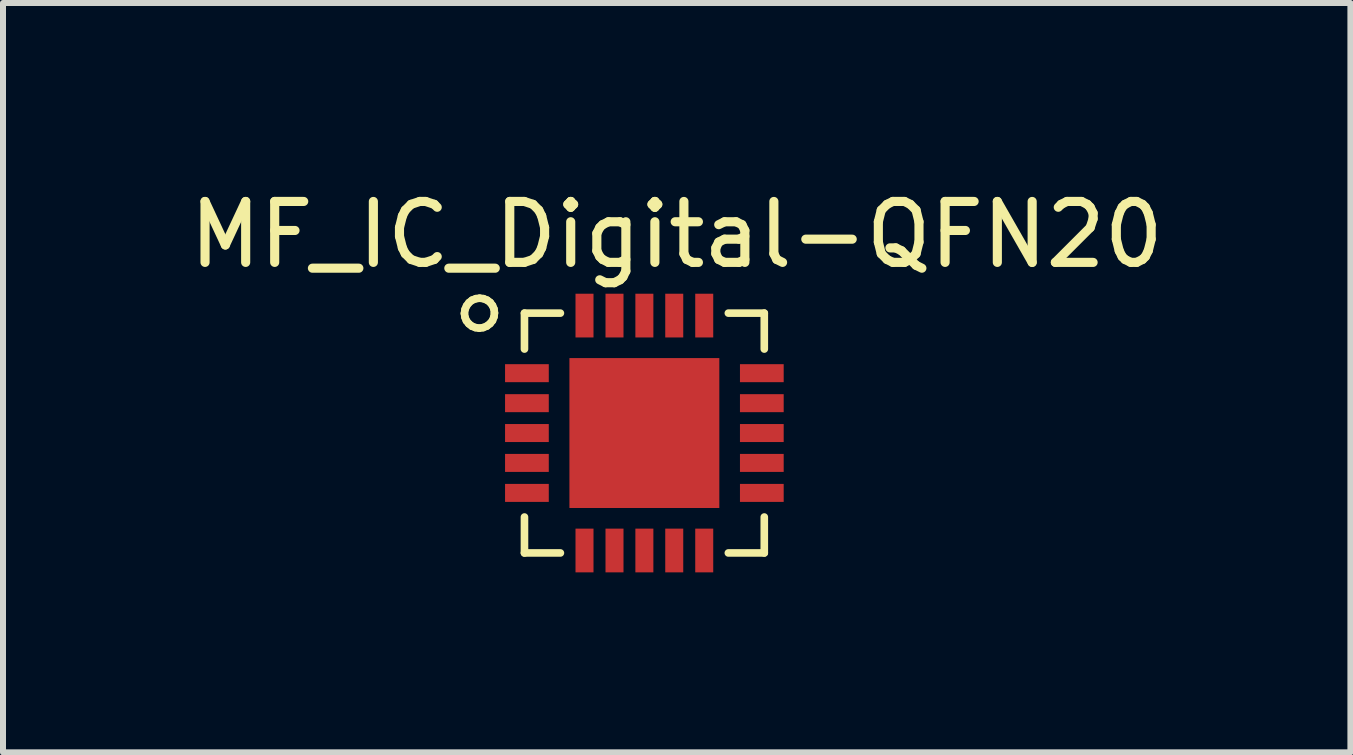
<source format=kicad_pcb>
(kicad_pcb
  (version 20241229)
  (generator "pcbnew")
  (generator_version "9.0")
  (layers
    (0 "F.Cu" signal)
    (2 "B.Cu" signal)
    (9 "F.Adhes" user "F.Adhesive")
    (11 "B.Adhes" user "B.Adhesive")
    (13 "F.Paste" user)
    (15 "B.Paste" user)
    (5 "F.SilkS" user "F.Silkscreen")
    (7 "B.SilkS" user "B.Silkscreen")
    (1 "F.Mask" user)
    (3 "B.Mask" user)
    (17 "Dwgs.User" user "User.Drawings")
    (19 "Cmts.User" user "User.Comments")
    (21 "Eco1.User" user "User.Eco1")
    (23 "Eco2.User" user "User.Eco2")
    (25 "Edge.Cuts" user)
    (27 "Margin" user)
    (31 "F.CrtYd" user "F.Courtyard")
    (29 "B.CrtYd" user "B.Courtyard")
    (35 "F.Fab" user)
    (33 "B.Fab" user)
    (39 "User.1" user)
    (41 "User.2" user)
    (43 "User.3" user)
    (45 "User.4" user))
  (footprint "MF_IC_Digital-QFN20"
    (layer "F.Cu")
    (at 7.692 4.169)
    (property "Reference" "MF_IC_Digital-QFN20" (at 0.538 -3.307 0) (layer "F.SilkS") (effects (font (size 1.016 1.016) (thickness 0.152))))
    (attr smd)
    (fp_line (start -3 -1.994) (end -2.99 -2.06) (stroke (width 0.127) (type solid)) (layer "F.SilkS"))
    (fp_line (start -2.99 -2.06) (end -2.964 -2.121) (stroke (width 0.127) (type solid)) (layer "F.SilkS"))
    (fp_line (start -2.99 -1.93) (end -3 -1.994) (stroke (width 0.127) (type solid)) (layer "F.SilkS"))
    (fp_line (start -2.967 -1.872) (end -2.99 -1.93) (stroke (width 0.127) (type solid)) (layer "F.SilkS"))
    (fp_line (start -2.964 -2.121) (end -2.924 -2.174) (stroke (width 0.127) (type solid)) (layer "F.SilkS"))
    (fp_line (start -2.926 -1.821) (end -2.967 -1.872) (stroke (width 0.127) (type solid)) (layer "F.SilkS"))
    (fp_line (start -2.924 -2.174) (end -2.873 -2.215) (stroke (width 0.127) (type solid)) (layer "F.SilkS"))
    (fp_line (start -2.875 -1.781) (end -2.926 -1.821) (stroke (width 0.127) (type solid)) (layer "F.SilkS"))
    (fp_line (start -2.873 -2.215) (end -2.809 -2.24) (stroke (width 0.127) (type solid)) (layer "F.SilkS"))
    (fp_line (start -2.817 -1.758) (end -2.875 -1.781) (stroke (width 0.127) (type solid)) (layer "F.SilkS"))
    (fp_line (start -2.809 -2.24) (end -2.746 -2.248) (stroke (width 0.127) (type solid)) (layer "F.SilkS"))
    (fp_line (start -2.753 -1.748) (end -2.817 -1.758) (stroke (width 0.127) (type solid)) (layer "F.SilkS"))
    (fp_line (start -2.746 -2.248) (end -2.682 -2.24) (stroke (width 0.127) (type solid)) (layer "F.SilkS"))
    (fp_line (start -2.687 -1.758) (end -2.753 -1.748) (stroke (width 0.127) (type solid)) (layer "F.SilkS"))
    (fp_line (start -2.682 -2.24) (end -2.621 -2.215) (stroke (width 0.127) (type solid)) (layer "F.SilkS"))
    (fp_line (start -2.626 -1.783) (end -2.687 -1.758) (stroke (width 0.127) (type solid)) (layer "F.SilkS"))
    (fp_line (start -2.621 -2.215) (end -2.57 -2.177) (stroke (width 0.127) (type solid)) (layer "F.SilkS"))
    (fp_line (start -2.573 -1.824) (end -2.626 -1.783) (stroke (width 0.127) (type solid)) (layer "F.SilkS"))
    (fp_line (start -2.57 -2.177) (end -2.532 -2.126) (stroke (width 0.127) (type solid)) (layer "F.SilkS"))
    (fp_line (start -2.532 -2.126) (end -2.507 -2.068) (stroke (width 0.127) (type solid)) (layer "F.SilkS"))
    (fp_line (start -2.532 -1.875) (end -2.573 -1.824) (stroke (width 0.127) (type solid)) (layer "F.SilkS"))
    (fp_line (start -2.507 -2.068) (end -2.499 -2.002) (stroke (width 0.127) (type solid)) (layer "F.SilkS"))
    (fp_line (start -2.507 -1.938) (end -2.532 -1.875) (stroke (width 0.127) (type solid)) (layer "F.SilkS"))
    (fp_line (start -2.499 -2.002) (end -2.507 -1.938) (stroke (width 0.127) (type solid)) (layer "F.SilkS"))
    (fp_line (start -1.999 -1.999) (end -1.999 -1.4) (stroke (width 0.127) (type solid)) (layer "F.SilkS"))
    (fp_line (start -1.999 1.4) (end -1.999 1.999) (stroke (width 0.127) (type solid)) (layer "F.SilkS"))
    (fp_line (start -1.999 1.999) (end -1.4 1.999) (stroke (width 0.127) (type solid)) (layer "F.SilkS"))
    (fp_line (start -1.4 -1.999) (end -1.999 -1.999) (stroke (width 0.127) (type solid)) (layer "F.SilkS"))
    (fp_line (start 1.4 -1.999) (end 1.999 -1.999) (stroke (width 0.127) (type solid)) (layer "F.SilkS"))
    (fp_line (start 1.4 1.999) (end 1.999 1.999) (stroke (width 0.127) (type solid)) (layer "F.SilkS"))
    (fp_line (start 1.999 -1.999) (end 1.999 -1.4) (stroke (width 0.127) (type solid)) (layer "F.SilkS"))
    (fp_line (start 1.999 1.999) (end 1.999 1.4) (stroke (width 0.127) (type solid)) (layer "F.SilkS"))
    (fp_line (start -0.998 -0.998) (end -0.249 -0.998) (stroke (width 0.127) (type solid)) (layer "F.Paste"))
    (fp_line (start -0.998 -0.876) (end -0.249 -0.876) (stroke (width 0.127) (type solid)) (layer "F.Paste"))
    (fp_line (start -0.998 -0.249) (end -0.998 -0.998) (stroke (width 0.127) (type solid)) (layer "F.Paste"))
    (fp_line (start -0.998 0.249) (end -0.249 0.249) (stroke (width 0.127) (type solid)) (layer "F.Paste"))
    (fp_line (start -0.998 0.371) (end -0.249 0.371) (stroke (width 0.127) (type solid)) (layer "F.Paste"))
    (fp_line (start -0.998 0.998) (end -0.998 0.249) (stroke (width 0.127) (type solid)) (layer "F.Paste"))
    (fp_line (start -0.991 -0.749) (end -0.254 -0.749) (stroke (width 0.127) (type solid)) (layer "F.Paste"))
    (fp_line (start -0.991 -0.622) (end -0.254 -0.622) (stroke (width 0.127) (type solid)) (layer "F.Paste"))
    (fp_line (start -0.991 -0.495) (end -0.254 -0.495) (stroke (width 0.127) (type solid)) (layer "F.Paste"))
    (fp_line (start -0.991 -0.368) (end -0.254 -0.368) (stroke (width 0.127) (type solid)) (layer "F.Paste"))
    (fp_line (start -0.991 0.498) (end -0.254 0.498) (stroke (width 0.127) (type solid)) (layer "F.Paste"))
    (fp_line (start -0.991 0.625) (end -0.254 0.625) (stroke (width 0.127) (type solid)) (layer "F.Paste"))
    (fp_line (start -0.991 0.752) (end -0.254 0.752) (stroke (width 0.127) (type solid)) (layer "F.Paste"))
    (fp_line (start -0.991 0.879) (end -0.254 0.879) (stroke (width 0.127) (type solid)) (layer "F.Paste"))
    (fp_line (start -0.249 -0.998) (end -0.249 -0.249) (stroke (width 0.127) (type solid)) (layer "F.Paste"))
    (fp_line (start -0.249 -0.249) (end -0.998 -0.249) (stroke (width 0.127) (type solid)) (layer "F.Paste"))
    (fp_line (start -0.249 0.249) (end -0.249 0.998) (stroke (width 0.127) (type solid)) (layer "F.Paste"))
    (fp_line (start -0.249 0.998) (end -0.998 0.998) (stroke (width 0.127) (type solid)) (layer "F.Paste"))
    (fp_line (start 0.249 -0.998) (end 0.998 -0.998) (stroke (width 0.127) (type solid)) (layer "F.Paste"))
    (fp_line (start 0.249 -0.876) (end 0.998 -0.876) (stroke (width 0.127) (type solid)) (layer "F.Paste"))
    (fp_line (start 0.249 -0.249) (end 0.249 -0.998) (stroke (width 0.127) (type solid)) (layer "F.Paste"))
    (fp_line (start 0.249 0.249) (end 0.998 0.249) (stroke (width 0.127) (type solid)) (layer "F.Paste"))
    (fp_line (start 0.249 0.371) (end 0.998 0.371) (stroke (width 0.127) (type solid)) (layer "F.Paste"))
    (fp_line (start 0.249 0.998) (end 0.249 0.249) (stroke (width 0.127) (type solid)) (layer "F.Paste"))
    (fp_line (start 0.257 -0.749) (end 0.993 -0.749) (stroke (width 0.127) (type solid)) (layer "F.Paste"))
    (fp_line (start 0.257 -0.622) (end 0.993 -0.622) (stroke (width 0.127) (type solid)) (layer "F.Paste"))
    (fp_line (start 0.257 -0.495) (end 0.993 -0.495) (stroke (width 0.127) (type solid)) (layer "F.Paste"))
    (fp_line (start 0.257 -0.368) (end 0.993 -0.368) (stroke (width 0.127) (type solid)) (layer "F.Paste"))
    (fp_line (start 0.257 0.498) (end 0.993 0.498) (stroke (width 0.127) (type solid)) (layer "F.Paste"))
    (fp_line (start 0.257 0.625) (end 0.993 0.625) (stroke (width 0.127) (type solid)) (layer "F.Paste"))
    (fp_line (start 0.257 0.752) (end 0.993 0.752) (stroke (width 0.127) (type solid)) (layer "F.Paste"))
    (fp_line (start 0.257 0.879) (end 0.993 0.879) (stroke (width 0.127) (type solid)) (layer "F.Paste"))
    (fp_line (start 0.998 -0.998) (end 0.998 -0.249) (stroke (width 0.127) (type solid)) (layer "F.Paste"))
    (fp_line (start 0.998 -0.249) (end 0.249 -0.249) (stroke (width 0.127) (type solid)) (layer "F.Paste"))
    (fp_line (start 0.998 0.249) (end 0.998 0.998) (stroke (width 0.127) (type solid)) (layer "F.Paste"))
    (fp_line (start 0.998 0.998) (end 0.249 0.998) (stroke (width 0.127) (type solid)) (layer "F.Paste"))
    (pad "1" smd rect (at -1.958 -0.998 90) (size 0.3 0.729) (layers "F.Cu" "F.Mask" "F.Paste"))
    (pad "2" smd rect (at -1.958 -0.498 90) (size 0.3 0.729) (layers "F.Cu" "F.Mask" "F.Paste"))
    (pad "3" smd rect (at -1.958 0 90) (size 0.3 0.729) (layers "F.Cu" "F.Mask" "F.Paste"))
    (pad "4" smd rect (at -1.958 0.498 90) (size 0.3 0.729) (layers "F.Cu" "F.Mask" "F.Paste"))
    (pad "5" smd rect (at -1.958 0.998 90) (size 0.3 0.729) (layers "F.Cu" "F.Mask" "F.Paste"))
    (pad "6" smd rect (at -0.998 1.958 180) (size 0.3 0.729) (layers "F.Cu" "F.Mask" "F.Paste"))
    (pad "7" smd rect (at -0.498 1.958 180) (size 0.3 0.729) (layers "F.Cu" "F.Mask" "F.Paste"))
    (pad "8" smd rect (at 0 1.958 180) (size 0.3 0.729) (layers "F.Cu" "F.Mask" "F.Paste"))
    (pad "9" smd rect (at 0.498 1.958 180) (size 0.3 0.729) (layers "F.Cu" "F.Mask" "F.Paste"))
    (pad "10" smd rect (at 0.998 1.958 180) (size 0.3 0.729) (layers "F.Cu" "F.Mask" "F.Paste"))
    (pad "11" smd rect (at 1.958 0.998 270) (size 0.3 0.729) (layers "F.Cu" "F.Mask" "F.Paste"))
    (pad "12" smd rect (at 1.958 0.498 270) (size 0.3 0.729) (layers "F.Cu" "F.Mask" "F.Paste"))
    (pad "13" smd rect (at 1.958 0 270) (size 0.3 0.729) (layers "F.Cu" "F.Mask" "F.Paste"))
    (pad "14" smd rect (at 1.958 -0.498 270) (size 0.3 0.729) (layers "F.Cu" "F.Mask" "F.Paste"))
    (pad "15" smd rect (at 1.958 -0.998 270) (size 0.3 0.729) (layers "F.Cu" "F.Mask" "F.Paste"))
    (pad "16" smd rect (at 0.998 -1.958) (size 0.3 0.729) (layers "F.Cu" "F.Mask" "F.Paste"))
    (pad "17" smd rect (at 0.498 -1.958) (size 0.3 0.729) (layers "F.Cu" "F.Mask" "F.Paste"))
    (pad "18" smd rect (at 0 -1.958) (size 0.3 0.729) (layers "F.Cu" "F.Mask" "F.Paste"))
    (pad "19" smd rect (at -0.498 -1.958) (size 0.3 0.729) (layers "F.Cu" "F.Mask" "F.Paste"))
    (pad "20" smd rect (at -0.998 -1.958) (size 0.3 0.729) (layers "F.Cu" "F.Mask" "F.Paste"))
    (pad "PAD" smd rect (at 0 0) (size 2.499 2.499) (layers "F.Cu" "F.Mask")))
  (gr_rect
    (start -3 -3)
    (end 19.462 9.492)
    (stroke (width 0.1) (type default))
    (fill no)
    (layer "Edge.Cuts")))
</source>
